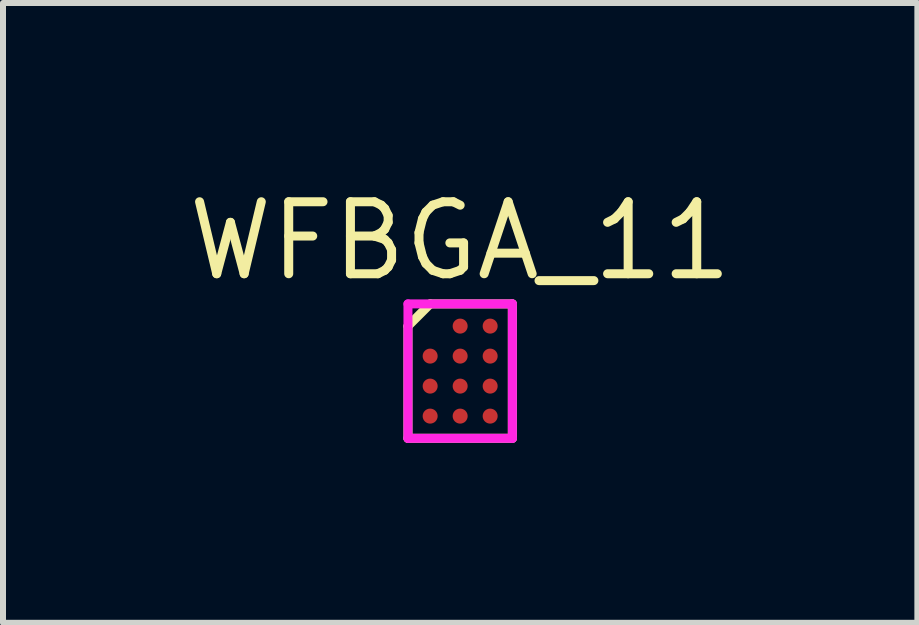
<source format=kicad_pcb>
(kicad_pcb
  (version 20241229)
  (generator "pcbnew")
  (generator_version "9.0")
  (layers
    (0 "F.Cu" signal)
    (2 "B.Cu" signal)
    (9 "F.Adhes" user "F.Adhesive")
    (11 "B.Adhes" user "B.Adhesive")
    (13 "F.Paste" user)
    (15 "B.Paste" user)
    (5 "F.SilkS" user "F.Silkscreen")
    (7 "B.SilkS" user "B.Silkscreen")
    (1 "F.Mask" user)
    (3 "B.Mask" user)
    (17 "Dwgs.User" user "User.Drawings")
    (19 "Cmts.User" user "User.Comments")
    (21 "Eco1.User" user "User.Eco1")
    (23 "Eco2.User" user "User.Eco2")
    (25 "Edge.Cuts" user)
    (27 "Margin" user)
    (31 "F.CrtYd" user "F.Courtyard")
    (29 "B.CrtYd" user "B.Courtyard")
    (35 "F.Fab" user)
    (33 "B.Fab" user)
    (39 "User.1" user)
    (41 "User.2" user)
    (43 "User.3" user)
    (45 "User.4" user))
  (footprint "WFBGA_11"
    (layer "F.Cu")
    (at 4.619 3.135)
    (property "Reference" "WFBGA_11" (at 0 -2.17 0) (layer "F.SilkS") (effects (font (size 1.2 1.2) (thickness 0.15))))
    (attr through_hole)
    (fp_line (start -0.87 -0.75) (end -0.87 1.12) (stroke (width 0.15) (type solid)) (layer "F.SilkS"))
    (fp_line (start -0.87 1.12) (end 0.87 1.12) (stroke (width 0.15) (type solid)) (layer "F.SilkS"))
    (fp_line (start -0.5 -1.12) (end -0.87 -0.75) (stroke (width 0.15) (type solid)) (layer "F.SilkS"))
    (fp_line (start 0.87 -1.12) (end -0.5 -1.12) (stroke (width 0.15) (type solid)) (layer "F.SilkS"))
    (fp_line (start 0.87 1.12) (end 0.87 -1.12) (stroke (width 0.15) (type solid)) (layer "F.SilkS"))
    (fp_line (start -0.87 -1.12) (end 0.87 -1.12) (stroke (width 0.15) (type solid)) (layer "F.CrtYd"))
    (fp_line (start -0.87 1.12) (end -0.87 -1.12) (stroke (width 0.15) (type solid)) (layer "F.CrtYd"))
    (fp_line (start 0.87 -1.12) (end 0.87 1.12) (stroke (width 0.15) (type solid)) (layer "F.CrtYd"))
    (fp_line (start 0.87 1.12) (end -0.87 1.12) (stroke (width 0.15) (type solid)) (layer "F.CrtYd"))
    (pad "A2" smd circle (at 0 -0.75) (size 0.25 0.25) (layers "F.Cu" "F.Mask" "F.Paste"))
    (pad "A3" smd circle (at 0.5 -0.75) (size 0.25 0.25) (layers "F.Cu" "F.Mask" "F.Paste"))
    (pad "B1" smd circle (at -0.5 -0.25) (size 0.25 0.25) (layers "F.Cu" "F.Mask" "F.Paste"))
    (pad "B2" smd circle (at 0 -0.25) (size 0.25 0.25) (layers "F.Cu" "F.Mask" "F.Paste"))
    (pad "B3" smd circle (at 0.5 -0.25) (size 0.25 0.25) (layers "F.Cu" "F.Mask" "F.Paste"))
    (pad "C1" smd circle (at -0.5 0.25) (size 0.25 0.25) (layers "F.Cu" "F.Mask" "F.Paste"))
    (pad "C2" smd circle (at 0 0.25) (size 0.25 0.25) (layers "F.Cu" "F.Mask" "F.Paste"))
    (pad "C3" smd circle (at 0.5 0.25) (size 0.25 0.25) (layers "F.Cu" "F.Mask" "F.Paste"))
    (pad "D1" smd circle (at -0.5 0.75) (size 0.25 0.25) (layers "F.Cu" "F.Mask" "F.Paste"))
    (pad "D2" smd circle (at 0 0.75) (size 0.25 0.25) (layers "F.Cu" "F.Mask" "F.Paste"))
    (pad "D3" smd circle (at 0.5 0.75) (size 0.25 0.25) (layers "F.Cu" "F.Mask" "F.Paste")))
  (gr_rect
    (start -3 -3)
    (end 12.239 7.33)
    (stroke (width 0.1) (type default))
    (fill no)
    (layer "Edge.Cuts")))
</source>
